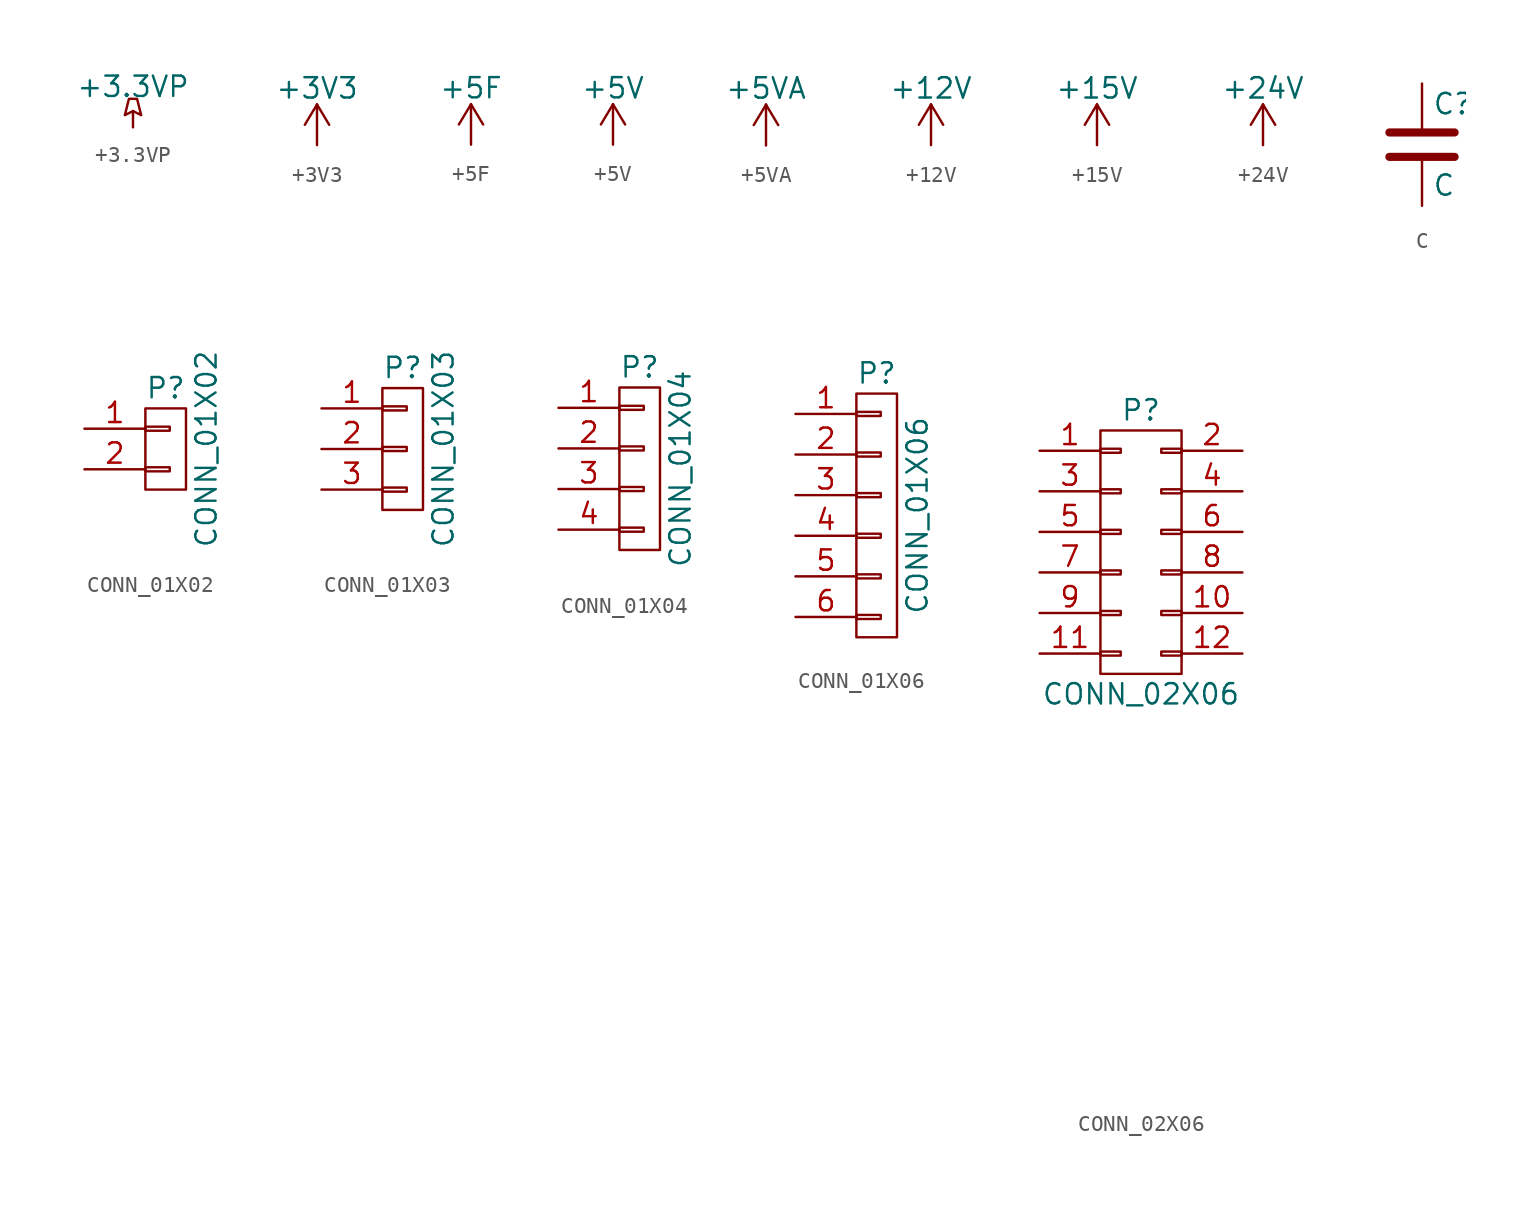
<source format=kicad_sym>
(kicad_symbol_lib
  (version 20220914)
  (generator kicad_symbol_editor)
  (symbol "+3.3VP"
    (power)
    (pin_names
      (offset 0))
    (property "Reference" "#PWR"
      (at 3.81 -1.27 0)
      (effects (font (size 1.27 1.27)) hide))
    (property "Value" "+3.3VP"
      (at 0 2.54 0)
      (effects (font (size 1.27 1.27))))
    (property "Footprint" ""
      (at 0 0 0)
      (effects (font (size 1.27 1.27))))
    (property "Datasheet" ""
      (at 0 0 0)
      (effects (font (size 1.27 1.27))))
    (symbol "+3.3VP_0_0"
      (pin power_in line (at 0 0 90) (length 0) hide (name "+3.3VP" (effects (font (size 1.27 1.27)))) (number "1" (effects (font (size 1.27 1.27))))))
    (symbol "+3.3VP_0_1"
      (polyline (pts (xy 0 0) (xy 0 1.016) (xy 0 1.016)) (stroke (width 0) (type default)) (fill (type none)))
      (polyline (pts (xy 0.508 0.762) (xy 0 1.016) (xy -0.508 0.762) (xy -0.254 1.778) (xy 0.254 1.778) (xy 0.508 0.762) (xy 0.508 0.762)) (stroke (width 0) (type default)) (fill (type none)))))
  (symbol "+3V3"
    (power)
    (pin_names
      (offset 0))
    (property "Reference" "#PWR"
      (at 0 -3.81 0)
      (effects (font (size 1.27 1.27)) hide))
    (property "Value" "+3V3"
      (at 0 3.556 0)
      (effects (font (size 1.27 1.27))))
    (property "Footprint" ""
      (at 0 0 0)
      (effects (font (size 1.27 1.27))))
    (property "Datasheet" ""
      (at 0 0 0)
      (effects (font (size 1.27 1.27))))
    (symbol "+3V3_0_1"
      (polyline (pts (xy -0.762 1.27) (xy 0 2.54)) (stroke (width 0) (type default)) (fill (type none)))
      (polyline (pts (xy 0 0) (xy 0 2.54)) (stroke (width 0) (type default)) (fill (type none)))
      (polyline (pts (xy 0 2.54) (xy 0.762 1.27)) (stroke (width 0) (type default)) (fill (type none))))
    (symbol "+3V3_1_1"
      (pin power_in line (at 0 0 90) (length 0) hide (name "+3V3" (effects (font (size 1.27 1.27)))) (number "1" (effects (font (size 1.27 1.27)))))))
  (symbol "+5F"
    (power)
    (pin_names
      (offset 0))
    (property "Reference" "#PWR"
      (at 0 -3.81 0)
      (effects (font (size 1.27 1.27)) hide))
    (property "Value" "+5F"
      (at 0 3.556 0)
      (effects (font (size 1.27 1.27))))
    (property "Footprint" ""
      (at 0 0 0)
      (effects (font (size 1.27 1.27))))
    (property "Datasheet" ""
      (at 0 0 0)
      (effects (font (size 1.27 1.27))))
    (symbol "+5F_0_1"
      (polyline (pts (xy -0.762 1.27) (xy 0 2.54)) (stroke (width 0) (type default)) (fill (type none)))
      (polyline (pts (xy 0 0) (xy 0 2.54)) (stroke (width 0) (type default)) (fill (type none)))
      (polyline (pts (xy 0 2.54) (xy 0.762 1.27)) (stroke (width 0) (type default)) (fill (type none))))
    (symbol "+5F_1_1"
      (pin power_in line (at 0 0 90) (length 0) hide (name "+5F" (effects (font (size 1.27 1.27)))) (number "1" (effects (font (size 1.27 1.27)))))))
  (symbol "+5V"
    (power)
    (pin_names
      (offset 0))
    (property "Reference" "#PWR"
      (at 0 -3.81 0)
      (effects (font (size 1.27 1.27)) hide))
    (property "Value" "+5V"
      (at 0 3.556 0)
      (effects (font (size 1.27 1.27))))
    (property "Footprint" ""
      (at 0 0 0)
      (effects (font (size 1.27 1.27))))
    (property "Datasheet" ""
      (at 0 0 0)
      (effects (font (size 1.27 1.27))))
    (symbol "+5V_0_1"
      (polyline (pts (xy -0.762 1.27) (xy 0 2.54)) (stroke (width 0) (type default)) (fill (type none)))
      (polyline (pts (xy 0 0) (xy 0 2.54)) (stroke (width 0) (type default)) (fill (type none)))
      (polyline (pts (xy 0 2.54) (xy 0.762 1.27)) (stroke (width 0) (type default)) (fill (type none))))
    (symbol "+5V_1_1"
      (pin power_in line (at 0 0 90) (length 0) hide (name "+5V" (effects (font (size 1.27 1.27)))) (number "1" (effects (font (size 1.27 1.27)))))))
  (symbol "+5VA"
    (power)
    (pin_names
      (offset 0))
    (property "Reference" "#PWR"
      (at 0 -3.81 0)
      (effects (font (size 1.27 1.27)) hide))
    (property "Value" "+5VA"
      (at 0 3.556 0)
      (effects (font (size 1.27 1.27))))
    (property "Footprint" ""
      (at 0 0 0)
      (effects (font (size 1.27 1.27))))
    (property "Datasheet" ""
      (at 0 0 0)
      (effects (font (size 1.27 1.27))))
    (symbol "+5VA_0_1"
      (polyline (pts (xy -0.762 1.27) (xy 0 2.54)) (stroke (width 0) (type default)) (fill (type none)))
      (polyline (pts (xy 0 0) (xy 0 2.54)) (stroke (width 0) (type default)) (fill (type none)))
      (polyline (pts (xy 0 2.54) (xy 0.762 1.27)) (stroke (width 0) (type default)) (fill (type none))))
    (symbol "+5VA_1_1"
      (pin power_in line (at 0 0 90) (length 0) hide (name "+5VA" (effects (font (size 1.27 1.27)))) (number "1" (effects (font (size 1.27 1.27)))))))
  (symbol "+12V"
    (power)
    (pin_names
      (offset 0))
    (property "Reference" "#PWR"
      (at 0 -3.81 0)
      (effects (font (size 1.27 1.27)) hide))
    (property "Value" "+12V"
      (at 0 3.556 0)
      (effects (font (size 1.27 1.27))))
    (property "Footprint" ""
      (at 0 0 0)
      (effects (font (size 1.27 1.27))))
    (property "Datasheet" ""
      (at 0 0 0)
      (effects (font (size 1.27 1.27))))
    (symbol "+12V_0_1"
      (polyline (pts (xy -0.762 1.27) (xy 0 2.54)) (stroke (width 0) (type default)) (fill (type none)))
      (polyline (pts (xy 0 0) (xy 0 2.54)) (stroke (width 0) (type default)) (fill (type none)))
      (polyline (pts (xy 0 2.54) (xy 0.762 1.27)) (stroke (width 0) (type default)) (fill (type none))))
    (symbol "+12V_1_1"
      (pin power_in line (at 0 0 90) (length 0) hide (name "+12V" (effects (font (size 1.27 1.27)))) (number "1" (effects (font (size 1.27 1.27)))))))
  (symbol "+15V"
    (power)
    (pin_names
      (offset 0))
    (property "Reference" "#PWR"
      (at 0 -3.81 0)
      (effects (font (size 1.27 1.27)) hide))
    (property "Value" "+15V"
      (at 0 3.556 0)
      (effects (font (size 1.27 1.27))))
    (property "Footprint" ""
      (at 0 0 0)
      (effects (font (size 1.27 1.27))))
    (property "Datasheet" ""
      (at 0 0 0)
      (effects (font (size 1.27 1.27))))
    (symbol "+15V_0_1"
      (polyline (pts (xy -0.762 1.27) (xy 0 2.54)) (stroke (width 0) (type default)) (fill (type none)))
      (polyline (pts (xy 0 0) (xy 0 2.54)) (stroke (width 0) (type default)) (fill (type none)))
      (polyline (pts (xy 0 2.54) (xy 0.762 1.27)) (stroke (width 0) (type default)) (fill (type none))))
    (symbol "+15V_1_1"
      (pin power_in line (at 0 0 90) (length 0) hide (name "+15V" (effects (font (size 1.27 1.27)))) (number "1" (effects (font (size 1.27 1.27)))))))
  (symbol "+24V"
    (power)
    (pin_names
      (offset 0))
    (property "Reference" "#PWR"
      (at 0 -3.81 0)
      (effects (font (size 1.27 1.27)) hide))
    (property "Value" "+24V"
      (at 0 3.556 0)
      (effects (font (size 1.27 1.27))))
    (property "Footprint" ""
      (at 0 0 0)
      (effects (font (size 1.27 1.27))))
    (property "Datasheet" ""
      (at 0 0 0)
      (effects (font (size 1.27 1.27))))
    (symbol "+24V_0_1"
      (polyline (pts (xy -0.762 1.27) (xy 0 2.54)) (stroke (width 0) (type default)) (fill (type none)))
      (polyline (pts (xy 0 0) (xy 0 2.54)) (stroke (width 0) (type default)) (fill (type none)))
      (polyline (pts (xy 0 2.54) (xy 0.762 1.27)) (stroke (width 0) (type default)) (fill (type none))))
    (symbol "+24V_1_1"
      (pin power_in line (at 0 0 90) (length 0) hide (name "+24V" (effects (font (size 1.27 1.27)))) (number "1" (effects (font (size 1.27 1.27)))))))
  (symbol "C"
    (pin_numbers hide)
    (pin_names
      (offset 0.254))
    (property "Reference" "C"
      (at 0.635 2.54 0)
      (effects (font (size 1.27 1.27)) (justify left)))
    (property "Value" "C"
      (at 0.635 -2.54 0)
      (effects (font (size 1.27 1.27)) (justify left)))
    (property "Footprint" ""
      (at 0.965 -3.81 0)
      (effects (font (size 1.27 1.27))))
    (property "Datasheet" ""
      (at 0 0 0)
      (effects (font (size 1.27 1.27))))
    (symbol "C_0_1"
      (polyline (pts (xy -2.032 -0.762) (xy 2.032 -0.762)) (stroke (width 0.508) (type default)) (fill (type none)))
      (polyline (pts (xy -2.032 0.762) (xy 2.032 0.762)) (stroke (width 0.508) (type default)) (fill (type none))))
    (symbol "C_1_1"
      (pin passive line (at 0 3.81 270) (length 2.794) (name "~" (effects (font (size 1.016 1.016)))) (number "1" (effects (font (size 1.016 1.016)))))
      (pin passive line (at 0 -3.81 90) (length 2.794) (name "~" (effects (font (size 1.016 1.016)))) (number "2" (effects (font (size 1.016 1.016)))))))
  (symbol "CONN_01X02"
    (pin_names
      (offset 1.016) hide)
    (property "Reference" "P"
      (at 0 3.81 0)
      (effects (font (size 1.27 1.27))))
    (property "Value" "CONN_01X02"
      (at 2.54 0 90)
      (effects (font (size 1.27 1.27))))
    (property "Footprint" ""
      (at 0 0 0)
      (effects (font (size 1.27 1.27))))
    (property "Datasheet" ""
      (at 0 0 0)
      (effects (font (size 1.27 1.27))))
    (symbol "CONN_01X02_0_1"
      (rectangle (start -1.27 -1.143) (end 0.254 -1.397) (stroke (width 0) (type default)) (fill (type none)))
      (rectangle (start -1.27 1.397) (end 0.254 1.143) (stroke (width 0) (type default)) (fill (type none)))
      (rectangle (start -1.27 2.54) (end 1.27 -2.54) (stroke (width 0) (type default)) (fill (type none))))
    (symbol "CONN_01X02_1_1"
      (pin passive line (at -5.08 1.27 0) (length 3.81) (name "P1" (effects (font (size 1.27 1.27)))) (number "1" (effects (font (size 1.27 1.27)))))
      (pin passive line (at -5.08 -1.27 0) (length 3.81) (name "P2" (effects (font (size 1.27 1.27)))) (number "2" (effects (font (size 1.27 1.27)))))))
  (symbol "CONN_01X03"
    (pin_names
      (offset 1.016) hide)
    (property "Reference" "P"
      (at 0 5.08 0)
      (effects (font (size 1.27 1.27))))
    (property "Value" "CONN_01X03"
      (at 2.54 0 90)
      (effects (font (size 1.27 1.27))))
    (property "Footprint" ""
      (at 0 0 0)
      (effects (font (size 1.27 1.27))))
    (property "Datasheet" ""
      (at 0 0 0)
      (effects (font (size 1.27 1.27))))
    (symbol "CONN_01X03_0_1"
      (rectangle (start -1.27 -2.413) (end 0.254 -2.667) (stroke (width 0) (type default)) (fill (type none)))
      (rectangle (start -1.27 0.127) (end 0.254 -0.127) (stroke (width 0) (type default)) (fill (type none)))
      (rectangle (start -1.27 2.667) (end 0.254 2.413) (stroke (width 0) (type default)) (fill (type none)))
      (rectangle (start -1.27 3.81) (end 1.27 -3.81) (stroke (width 0) (type default)) (fill (type none))))
    (symbol "CONN_01X03_1_1"
      (pin passive line (at -5.08 2.54 0) (length 3.81) (name "P1" (effects (font (size 1.27 1.27)))) (number "1" (effects (font (size 1.27 1.27)))))
      (pin passive line (at -5.08 0 0) (length 3.81) (name "P2" (effects (font (size 1.27 1.27)))) (number "2" (effects (font (size 1.27 1.27)))))
      (pin passive line (at -5.08 -2.54 0) (length 3.81) (name "P3" (effects (font (size 1.27 1.27)))) (number "3" (effects (font (size 1.27 1.27)))))))
  (symbol "CONN_01X04"
    (pin_names
      (offset 1.016) hide)
    (property "Reference" "P"
      (at 0 6.35 0)
      (effects (font (size 1.27 1.27))))
    (property "Value" "CONN_01X04"
      (at 2.54 0 90)
      (effects (font (size 1.27 1.27))))
    (property "Footprint" ""
      (at 0 0 0)
      (effects (font (size 1.27 1.27))))
    (property "Datasheet" ""
      (at 0 0 0)
      (effects (font (size 1.27 1.27))))
    (symbol "CONN_01X04_0_1"
      (rectangle (start -1.27 -3.683) (end 0.254 -3.937) (stroke (width 0) (type default)) (fill (type none)))
      (rectangle (start -1.27 -1.143) (end 0.254 -1.397) (stroke (width 0) (type default)) (fill (type none)))
      (rectangle (start -1.27 1.397) (end 0.254 1.143) (stroke (width 0) (type default)) (fill (type none)))
      (rectangle (start -1.27 3.937) (end 0.254 3.683) (stroke (width 0) (type default)) (fill (type none)))
      (rectangle (start -1.27 5.08) (end 1.27 -5.08) (stroke (width 0) (type default)) (fill (type none))))
    (symbol "CONN_01X04_1_1"
      (pin passive line (at -5.08 3.81 0) (length 3.81) (name "P1" (effects (font (size 1.27 1.27)))) (number "1" (effects (font (size 1.27 1.27)))))
      (pin passive line (at -5.08 1.27 0) (length 3.81) (name "P2" (effects (font (size 1.27 1.27)))) (number "2" (effects (font (size 1.27 1.27)))))
      (pin passive line (at -5.08 -1.27 0) (length 3.81) (name "P3" (effects (font (size 1.27 1.27)))) (number "3" (effects (font (size 1.27 1.27)))))
      (pin passive line (at -5.08 -3.81 0) (length 3.81) (name "P4" (effects (font (size 1.27 1.27)))) (number "4" (effects (font (size 1.27 1.27)))))))
  (symbol "CONN_01X06"
    (pin_names
      (offset 1.016) hide)
    (property "Reference" "P"
      (at 0 8.89 0)
      (effects (font (size 1.27 1.27))))
    (property "Value" "CONN_01X06"
      (at 2.54 0 90)
      (effects (font (size 1.27 1.27))))
    (property "Footprint" ""
      (at 0 0 0)
      (effects (font (size 1.27 1.27))))
    (property "Datasheet" ""
      (at 0 0 0)
      (effects (font (size 1.27 1.27))))
    (symbol "CONN_01X06_0_1"
      (rectangle (start -1.27 -6.223) (end 0.254 -6.477) (stroke (width 0) (type default)) (fill (type none)))
      (rectangle (start -1.27 -3.683) (end 0.254 -3.937) (stroke (width 0) (type default)) (fill (type none)))
      (rectangle (start -1.27 -1.143) (end 0.254 -1.397) (stroke (width 0) (type default)) (fill (type none)))
      (rectangle (start -1.27 1.397) (end 0.254 1.143) (stroke (width 0) (type default)) (fill (type none)))
      (rectangle (start -1.27 3.937) (end 0.254 3.683) (stroke (width 0) (type default)) (fill (type none)))
      (rectangle (start -1.27 6.477) (end 0.254 6.223) (stroke (width 0) (type default)) (fill (type none)))
      (rectangle (start -1.27 7.62) (end 1.27 -7.62) (stroke (width 0) (type default)) (fill (type none))))
    (symbol "CONN_01X06_1_1"
      (pin passive line (at -5.08 6.35 0) (length 3.81) (name "P1" (effects (font (size 1.27 1.27)))) (number "1" (effects (font (size 1.27 1.27)))))
      (pin passive line (at -5.08 3.81 0) (length 3.81) (name "P2" (effects (font (size 1.27 1.27)))) (number "2" (effects (font (size 1.27 1.27)))))
      (pin passive line (at -5.08 1.27 0) (length 3.81) (name "P3" (effects (font (size 1.27 1.27)))) (number "3" (effects (font (size 1.27 1.27)))))
      (pin passive line (at -5.08 -1.27 0) (length 3.81) (name "P4" (effects (font (size 1.27 1.27)))) (number "4" (effects (font (size 1.27 1.27)))))
      (pin passive line (at -5.08 -3.81 0) (length 3.81) (name "P5" (effects (font (size 1.27 1.27)))) (number "5" (effects (font (size 1.27 1.27)))))
      (pin passive line (at -5.08 -6.35 0) (length 3.81) (name "P6" (effects (font (size 1.27 1.27)))) (number "6" (effects (font (size 1.27 1.27)))))))
  (symbol "CONN_02X06"
    (pin_names
      (offset 0.025) hide)
    (property "Reference" "P"
      (at 0 8.89 0)
      (effects (font (size 1.27 1.27))))
    (property "Value" "CONN_02X06"
      (at 0 -8.89 0)
      (effects (font (size 1.27 1.27))))
    (property "Footprint" ""
      (at 0 -30.48 0)
      (effects (font (size 1.27 1.27))))
    (property "Datasheet" ""
      (at 0 -30.48 0)
      (effects (font (size 1.27 1.27))))
    (symbol "CONN_02X06_0_1"
      (rectangle (start -2.54 -6.223) (end -1.27 -6.477) (stroke (width 0) (type default)) (fill (type none)))
      (rectangle (start -2.54 -3.683) (end -1.27 -3.937) (stroke (width 0) (type default)) (fill (type none)))
      (rectangle (start -2.54 -1.143) (end -1.27 -1.397) (stroke (width 0) (type default)) (fill (type none)))
      (rectangle (start -2.54 1.397) (end -1.27 1.143) (stroke (width 0) (type default)) (fill (type none)))
      (rectangle (start -2.54 3.937) (end -1.27 3.683) (stroke (width 0) (type default)) (fill (type none)))
      (rectangle (start -2.54 6.477) (end -1.27 6.223) (stroke (width 0) (type default)) (fill (type none)))
      (rectangle (start -2.54 7.62) (end 2.54 -7.62) (stroke (width 0) (type default)) (fill (type none)))
      (rectangle (start 1.27 -6.223) (end 2.54 -6.477) (stroke (width 0) (type default)) (fill (type none)))
      (rectangle (start 1.27 -3.683) (end 2.54 -3.937) (stroke (width 0) (type default)) (fill (type none)))
      (rectangle (start 1.27 -1.143) (end 2.54 -1.397) (stroke (width 0) (type default)) (fill (type none)))
      (rectangle (start 1.27 1.397) (end 2.54 1.143) (stroke (width 0) (type default)) (fill (type none)))
      (rectangle (start 1.27 3.937) (end 2.54 3.683) (stroke (width 0) (type default)) (fill (type none)))
      (rectangle (start 1.27 6.477) (end 2.54 6.223) (stroke (width 0) (type default)) (fill (type none))))
    (symbol "CONN_02X06_1_1"
      (pin passive line (at -6.35 6.35 0) (length 3.81) (name "P1" (effects (font (size 1.27 1.27)))) (number "1" (effects (font (size 1.27 1.27)))))
      (pin passive line (at 6.35 -3.81 180) (length 3.81) (name "P10" (effects (font (size 1.27 1.27)))) (number "10" (effects (font (size 1.27 1.27)))))
      (pin passive line (at -6.35 -6.35 0) (length 3.81) (name "P11" (effects (font (size 1.27 1.27)))) (number "11" (effects (font (size 1.27 1.27)))))
      (pin passive line (at 6.35 -6.35 180) (length 3.81) (name "P12" (effects (font (size 1.27 1.27)))) (number "12" (effects (font (size 1.27 1.27)))))
      (pin passive line (at 6.35 6.35 180) (length 3.81) (name "P2" (effects (font (size 1.27 1.27)))) (number "2" (effects (font (size 1.27 1.27)))))
      (pin passive line (at -6.35 3.81 0) (length 3.81) (name "P3" (effects (font (size 1.27 1.27)))) (number "3" (effects (font (size 1.27 1.27)))))
      (pin passive line (at 6.35 3.81 180) (length 3.81) (name "P4" (effects (font (size 1.27 1.27)))) (number "4" (effects (font (size 1.27 1.27)))))
      (pin passive line (at -6.35 1.27 0) (length 3.81) (name "P5" (effects (font (size 1.27 1.27)))) (number "5" (effects (font (size 1.27 1.27)))))
      (pin passive line (at 6.35 1.27 180) (length 3.81) (name "P6" (effects (font (size 1.27 1.27)))) (number "6" (effects (font (size 1.27 1.27)))))
      (pin passive line (at -6.35 -1.27 0) (length 3.81) (name "P7" (effects (font (size 1.27 1.27)))) (number "7" (effects (font (size 1.27 1.27)))))
      (pin passive line (at 6.35 -1.27 180) (length 3.81) (name "P8" (effects (font (size 1.27 1.27)))) (number "8" (effects (font (size 1.27 1.27)))))
      (pin passive line (at -6.35 -3.81 0) (length 3.81) (name "P9" (effects (font (size 1.27 1.27)))) (number "9" (effects (font (size 1.27 1.27))))))))
</source>
